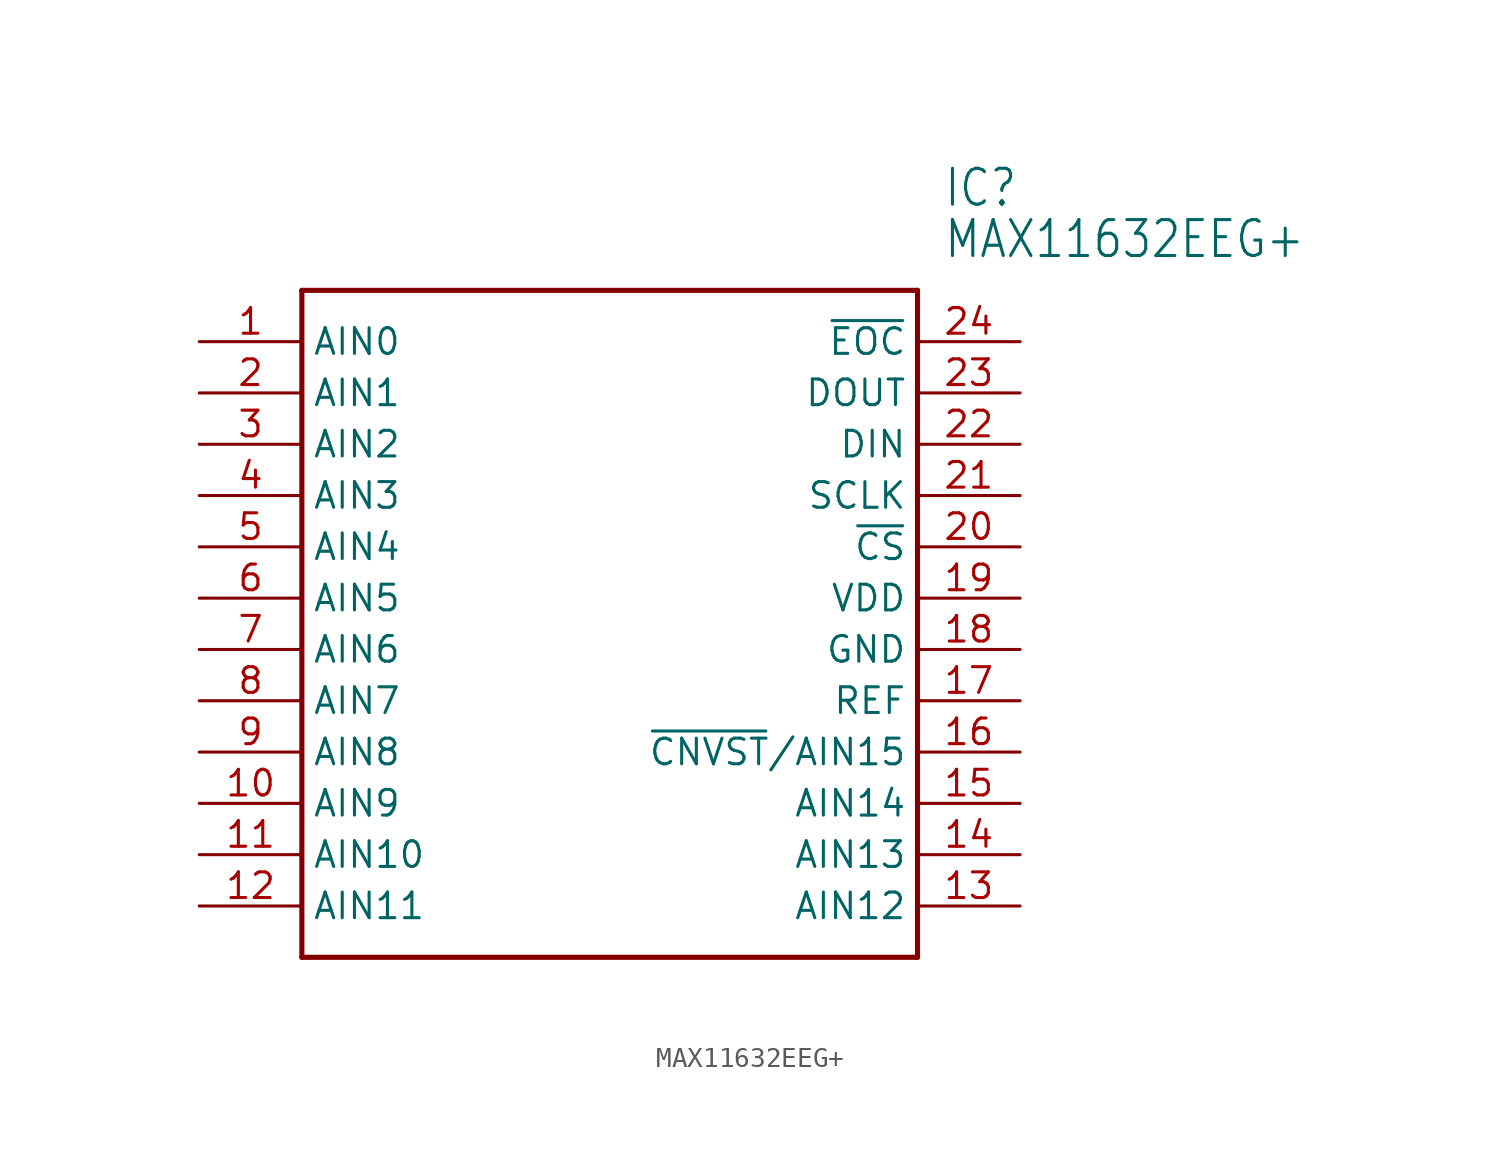
<source format=kicad_sym>
(kicad_symbol_lib
  (version 20211014)
  (generator kicad_symbol_editor)
  (symbol "MAX11632EEG+"
    (property "Reference" "IC"
      (at 36.83 7.62 0)
      (effects (font (size 1.778 1.511)) (justify left)))
    (property "Value" "MAX11632EEG+"
      (at 36.83 5.08 0)
      (effects (font (size 1.778 1.511)) (justify left)))
    (property "ki_locked" ""
      (at 0 0 0)
      (effects (font (size 1.27 1.27))))
    (symbol "MAX11632EEG+_1_0"
      (polyline (pts (xy 5.08 2.54) (xy 5.08 -30.48)) (stroke (width 0.254) (type default) (color 0 0 0 0)) (fill (type none)))
      (polyline (pts (xy 5.08 2.54) (xy 35.56 2.54)) (stroke (width 0.254) (type default) (color 0 0 0 0)) (fill (type none)))
      (polyline (pts (xy 35.56 -30.48) (xy 5.08 -30.48)) (stroke (width 0.254) (type default) (color 0 0 0 0)) (fill (type none)))
      (polyline (pts (xy 35.56 -30.48) (xy 35.56 2.54)) (stroke (width 0.254) (type default) (color 0 0 0 0)) (fill (type none)))
      (pin bidirectional line (at 0 0 0) (length 5.08) (name "AIN0" (effects (font (size 1.27 1.27)))) (number "1" (effects (font (size 1.27 1.27)))))
      (pin bidirectional line (at 0 -22.86 0) (length 5.08) (name "AIN9" (effects (font (size 1.27 1.27)))) (number "10" (effects (font (size 1.27 1.27)))))
      (pin bidirectional line (at 0 -25.4 0) (length 5.08) (name "AIN10" (effects (font (size 1.27 1.27)))) (number "11" (effects (font (size 1.27 1.27)))))
      (pin bidirectional line (at 0 -27.94 0) (length 5.08) (name "AIN11" (effects (font (size 1.27 1.27)))) (number "12" (effects (font (size 1.27 1.27)))))
      (pin bidirectional line (at 40.64 -27.94 180) (length 5.08) (name "AIN12" (effects (font (size 1.27 1.27)))) (number "13" (effects (font (size 1.27 1.27)))))
      (pin bidirectional line (at 40.64 -25.4 180) (length 5.08) (name "AIN13" (effects (font (size 1.27 1.27)))) (number "14" (effects (font (size 1.27 1.27)))))
      (pin bidirectional line (at 40.64 -22.86 180) (length 5.08) (name "AIN14" (effects (font (size 1.27 1.27)))) (number "15" (effects (font (size 1.27 1.27)))))
      (pin bidirectional line (at 40.64 -20.32 180) (length 5.08) (name "~{CNVST}/AIN15" (effects (font (size 1.27 1.27)))) (number "16" (effects (font (size 1.27 1.27)))))
      (pin bidirectional line (at 40.64 -17.78 180) (length 5.08) (name "REF" (effects (font (size 1.27 1.27)))) (number "17" (effects (font (size 1.27 1.27)))))
      (pin bidirectional line (at 40.64 -15.24 180) (length 5.08) (name "GND" (effects (font (size 1.27 1.27)))) (number "18" (effects (font (size 1.27 1.27)))))
      (pin bidirectional line (at 40.64 -12.7 180) (length 5.08) (name "VDD" (effects (font (size 1.27 1.27)))) (number "19" (effects (font (size 1.27 1.27)))))
      (pin bidirectional line (at 0 -2.54 0) (length 5.08) (name "AIN1" (effects (font (size 1.27 1.27)))) (number "2" (effects (font (size 1.27 1.27)))))
      (pin bidirectional line (at 40.64 -10.16 180) (length 5.08) (name "~{CS}" (effects (font (size 1.27 1.27)))) (number "20" (effects (font (size 1.27 1.27)))))
      (pin bidirectional line (at 40.64 -7.62 180) (length 5.08) (name "SCLK" (effects (font (size 1.27 1.27)))) (number "21" (effects (font (size 1.27 1.27)))))
      (pin bidirectional line (at 40.64 -5.08 180) (length 5.08) (name "DIN" (effects (font (size 1.27 1.27)))) (number "22" (effects (font (size 1.27 1.27)))))
      (pin bidirectional line (at 40.64 -2.54 180) (length 5.08) (name "DOUT" (effects (font (size 1.27 1.27)))) (number "23" (effects (font (size 1.27 1.27)))))
      (pin bidirectional line (at 40.64 0 180) (length 5.08) (name "~{EOC}" (effects (font (size 1.27 1.27)))) (number "24" (effects (font (size 1.27 1.27)))))
      (pin bidirectional line (at 0 -5.08 0) (length 5.08) (name "AIN2" (effects (font (size 1.27 1.27)))) (number "3" (effects (font (size 1.27 1.27)))))
      (pin bidirectional line (at 0 -7.62 0) (length 5.08) (name "AIN3" (effects (font (size 1.27 1.27)))) (number "4" (effects (font (size 1.27 1.27)))))
      (pin bidirectional line (at 0 -10.16 0) (length 5.08) (name "AIN4" (effects (font (size 1.27 1.27)))) (number "5" (effects (font (size 1.27 1.27)))))
      (pin bidirectional line (at 0 -12.7 0) (length 5.08) (name "AIN5" (effects (font (size 1.27 1.27)))) (number "6" (effects (font (size 1.27 1.27)))))
      (pin bidirectional line (at 0 -15.24 0) (length 5.08) (name "AIN6" (effects (font (size 1.27 1.27)))) (number "7" (effects (font (size 1.27 1.27)))))
      (pin bidirectional line (at 0 -17.78 0) (length 5.08) (name "AIN7" (effects (font (size 1.27 1.27)))) (number "8" (effects (font (size 1.27 1.27)))))
      (pin bidirectional line (at 0 -20.32 0) (length 5.08) (name "AIN8" (effects (font (size 1.27 1.27)))) (number "9" (effects (font (size 1.27 1.27))))))))
</source>
